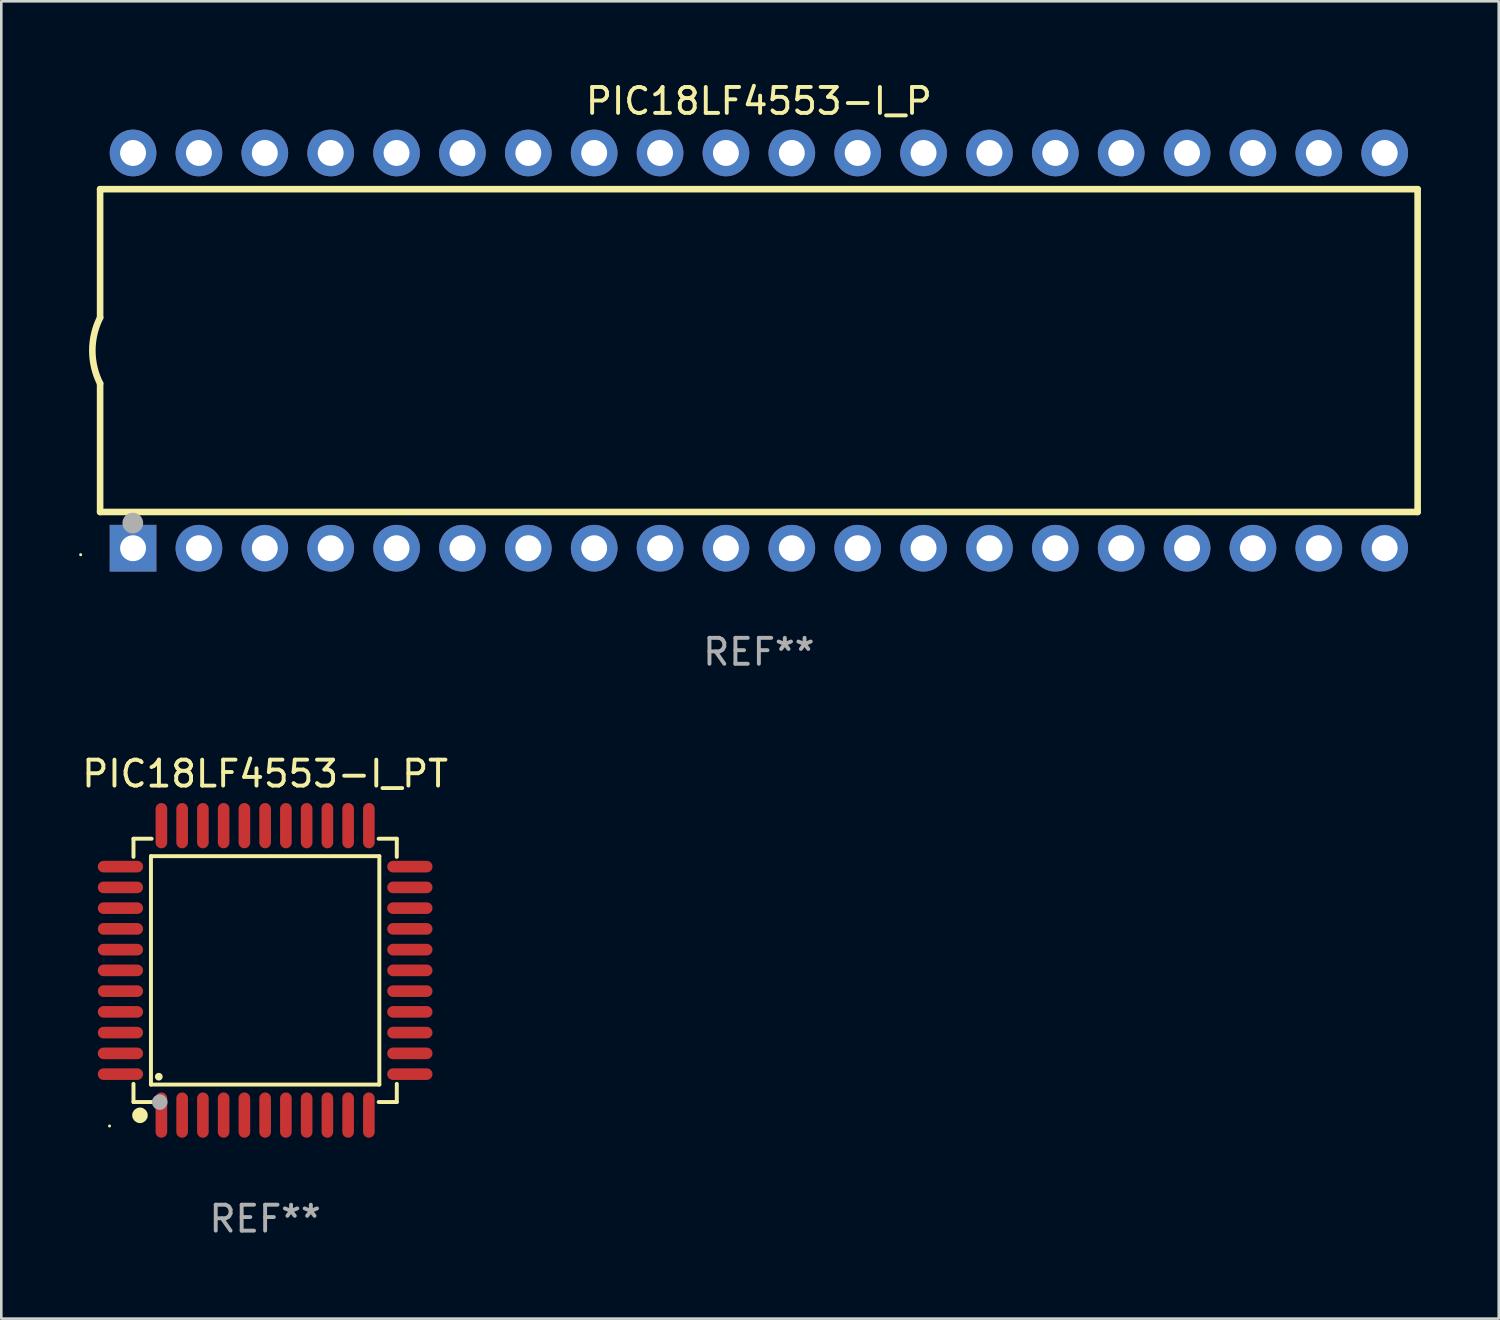
<source format=kicad_pcb>
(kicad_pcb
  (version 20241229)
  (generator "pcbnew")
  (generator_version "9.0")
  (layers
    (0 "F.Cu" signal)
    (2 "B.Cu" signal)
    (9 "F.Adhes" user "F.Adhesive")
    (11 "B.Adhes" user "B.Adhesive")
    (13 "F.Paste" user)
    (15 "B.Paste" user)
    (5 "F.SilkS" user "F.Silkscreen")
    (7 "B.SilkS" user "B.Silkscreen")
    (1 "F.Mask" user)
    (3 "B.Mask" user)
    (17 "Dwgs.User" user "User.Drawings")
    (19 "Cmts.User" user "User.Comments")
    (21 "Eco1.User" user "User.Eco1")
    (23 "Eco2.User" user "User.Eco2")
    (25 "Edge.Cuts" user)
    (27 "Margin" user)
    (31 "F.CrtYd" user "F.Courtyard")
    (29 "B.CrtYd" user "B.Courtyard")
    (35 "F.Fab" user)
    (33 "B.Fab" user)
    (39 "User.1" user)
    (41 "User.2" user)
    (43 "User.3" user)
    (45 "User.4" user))
  (footprint "PIC18LF4553-I_P"
    (layer "F.Cu")
    (at 26.21 10.468)
    (property "Reference" "PIC18LF4553-I_P" (at 0 -9.62 0) (layer "F.SilkS") (effects (font (size 1 1) (thickness 0.15))))
    (attr through_hole)
    (fp_line (start -25.4 -6.224) (end -25.4 -1.271) (stroke (width 0.254) (type solid)) (layer "F.SilkS"))
    (fp_line (start -25.4 -6.224) (end 25.4 -6.224) (stroke (width 0.254) (type solid)) (layer "F.SilkS"))
    (fp_line (start -25.4 1.269) (end -25.4 6.222) (stroke (width 0.254) (type solid)) (layer "F.SilkS"))
    (fp_line (start -25.4 6.222) (end 25.4 6.222) (stroke (width 0.254) (type solid)) (layer "F.SilkS"))
    (fp_line (start 25.4 6.222) (end 25.4 -6.224) (stroke (width 0.254) (type solid)) (layer "F.SilkS"))
    (fp_arc (start -25.4 1.269241) (mid -25.699807 -0.000762) (end -25.4 -1.270765) (stroke (width 0.254001) (type solid)) (layer "F.SilkS"))
    (fp_circle (center -26.15 7.87) (end -26.12 7.87) (stroke (width 0.06) (type solid)) (fill no) (layer "F.SilkS"))
    (fp_circle (center -24.14 6.65) (end -23.94 6.65) (stroke (width 0.4) (type solid)) (fill no) (layer "F.Fab"))
    (fp_text user "REF**" (at 0 11.62 0) (layer "F.Fab") (effects (font (size 1 1) (thickness 0.15))))
    (pad "1" thru_hole rect (at -24.13 7.62 90) (size 1.8 1.8) (drill 1) (layers "*.Cu" "*.Mask"))
    (pad "2" thru_hole circle (at -21.59 7.62) (size 1.8 1.8) (drill 1) (layers "*.Cu" "*.Mask"))
    (pad "3" thru_hole circle (at -19.05 7.62) (size 1.8 1.8) (drill 1) (layers "*.Cu" "*.Mask"))
    (pad "4" thru_hole circle (at -16.51 7.62) (size 1.8 1.8) (drill 1) (layers "*.Cu" "*.Mask"))
    (pad "5" thru_hole circle (at -13.97 7.62) (size 1.8 1.8) (drill 1) (layers "*.Cu" "*.Mask"))
    (pad "6" thru_hole circle (at -11.43 7.62) (size 1.8 1.8) (drill 1) (layers "*.Cu" "*.Mask"))
    (pad "7" thru_hole circle (at -8.89 7.62) (size 1.8 1.8) (drill 1) (layers "*.Cu" "*.Mask"))
    (pad "8" thru_hole circle (at -6.35 7.62) (size 1.8 1.8) (drill 1) (layers "*.Cu" "*.Mask"))
    (pad "9" thru_hole circle (at -3.81 7.62) (size 1.8 1.8) (drill 1) (layers "*.Cu" "*.Mask"))
    (pad "10" thru_hole circle (at -1.27 7.62) (size 1.8 1.8) (drill 1) (layers "*.Cu" "*.Mask"))
    (pad "11" thru_hole circle (at 1.27 7.62) (size 1.8 1.8) (drill 1) (layers "*.Cu" "*.Mask"))
    (pad "12" thru_hole circle (at 3.81 7.62) (size 1.8 1.8) (drill 1) (layers "*.Cu" "*.Mask"))
    (pad "13" thru_hole circle (at 6.35 7.62) (size 1.8 1.8) (drill 1) (layers "*.Cu" "*.Mask"))
    (pad "14" thru_hole circle (at 8.89 7.62) (size 1.8 1.8) (drill 1) (layers "*.Cu" "*.Mask"))
    (pad "15" thru_hole circle (at 11.43 7.62) (size 1.8 1.8) (drill 1) (layers "*.Cu" "*.Mask"))
    (pad "16" thru_hole circle (at 13.97 7.62) (size 1.8 1.8) (drill 1) (layers "*.Cu" "*.Mask"))
    (pad "17" thru_hole circle (at 16.51 7.62) (size 1.8 1.8) (drill 1) (layers "*.Cu" "*.Mask"))
    (pad "18" thru_hole circle (at 19.05 7.62) (size 1.8 1.8) (drill 1) (layers "*.Cu" "*.Mask"))
    (pad "19" thru_hole circle (at 21.59 7.62) (size 1.8 1.8) (drill 1) (layers "*.Cu" "*.Mask"))
    (pad "20" thru_hole circle (at 24.13 7.62) (size 1.8 1.8) (drill 1) (layers "*.Cu" "*.Mask"))
    (pad "21" thru_hole circle (at 24.13 -7.62) (size 1.8 1.8) (drill 1) (layers "*.Cu" "*.Mask"))
    (pad "22" thru_hole circle (at 21.59 -7.62) (size 1.8 1.8) (drill 1) (layers "*.Cu" "*.Mask"))
    (pad "23" thru_hole circle (at 19.05 -7.62) (size 1.8 1.8) (drill 1) (layers "*.Cu" "*.Mask"))
    (pad "24" thru_hole circle (at 16.51 -7.62) (size 1.8 1.8) (drill 1) (layers "*.Cu" "*.Mask"))
    (pad "25" thru_hole circle (at 13.97 -7.62) (size 1.8 1.8) (drill 1) (layers "*.Cu" "*.Mask"))
    (pad "26" thru_hole circle (at 11.43 -7.62) (size 1.8 1.8) (drill 1) (layers "*.Cu" "*.Mask"))
    (pad "27" thru_hole circle (at 8.89 -7.62) (size 1.8 1.8) (drill 1) (layers "*.Cu" "*.Mask"))
    (pad "28" thru_hole circle (at 6.35 -7.62) (size 1.8 1.8) (drill 1) (layers "*.Cu" "*.Mask"))
    (pad "29" thru_hole circle (at 3.81 -7.62) (size 1.8 1.8) (drill 1) (layers "*.Cu" "*.Mask"))
    (pad "30" thru_hole circle (at 1.27 -7.62) (size 1.8 1.8) (drill 1) (layers "*.Cu" "*.Mask"))
    (pad "31" thru_hole circle (at -1.27 -7.62) (size 1.8 1.8) (drill 1) (layers "*.Cu" "*.Mask"))
    (pad "32" thru_hole circle (at -3.81 -7.62) (size 1.8 1.8) (drill 1) (layers "*.Cu" "*.Mask"))
    (pad "33" thru_hole circle (at -6.35 -7.62) (size 1.8 1.8) (drill 1) (layers "*.Cu" "*.Mask"))
    (pad "34" thru_hole circle (at -8.89 -7.62) (size 1.8 1.8) (drill 1) (layers "*.Cu" "*.Mask"))
    (pad "35" thru_hole circle (at -11.43 -7.62) (size 1.8 1.8) (drill 1) (layers "*.Cu" "*.Mask"))
    (pad "36" thru_hole circle (at -13.97 -7.62) (size 1.8 1.8) (drill 1) (layers "*.Cu" "*.Mask"))
    (pad "37" thru_hole circle (at -16.51 -7.62) (size 1.8 1.8) (drill 1) (layers "*.Cu" "*.Mask"))
    (pad "38" thru_hole circle (at -19.05 -7.62) (size 1.8 1.8) (drill 1) (layers "*.Cu" "*.Mask"))
    (pad "39" thru_hole circle (at -21.59 -7.62) (size 1.8 1.8) (drill 1) (layers "*.Cu" "*.Mask"))
    (pad "40" thru_hole circle (at -24.13 -7.62) (size 1.8 1.8) (drill 1) (layers "*.Cu" "*.Mask")))
  (footprint "PIC18LF4553-I_PT"
    (layer "F.Cu")
    (at 7.173 34.365)
    (property "Reference" "PIC18LF4553-I_PT" (at 0 -7.58 0) (layer "F.SilkS") (effects (font (size 1 1) (thickness 0.15))))
    (attr through_hole)
    (fp_line (start -5.076 -5.076) (end -5.076 -4.376) (stroke (width 0.152) (type solid)) (layer "F.SilkS"))
    (fp_line (start -5.076 5.076) (end -5.076 4.376) (stroke (width 0.152) (type solid)) (layer "F.SilkS"))
    (fp_line (start -4.403 -4.403) (end 4.403 -4.403) (stroke (width 0.152) (type solid)) (layer "F.SilkS"))
    (fp_line (start -4.403 4.403) (end -4.403 -4.403) (stroke (width 0.152) (type solid)) (layer "F.SilkS"))
    (fp_line (start -4.376 -5.076) (end -5.076 -5.076) (stroke (width 0.152) (type solid)) (layer "F.SilkS"))
    (fp_line (start -4.376 5.076) (end -5.076 5.076) (stroke (width 0.152) (type solid)) (layer "F.SilkS"))
    (fp_line (start 4.376 -5.076) (end 5.076 -5.076) (stroke (width 0.152) (type solid)) (layer "F.SilkS"))
    (fp_line (start 4.376 5.076) (end 5.076 5.076) (stroke (width 0.152) (type solid)) (layer "F.SilkS"))
    (fp_line (start 4.403 -4.403) (end 4.403 4.403) (stroke (width 0.152) (type solid)) (layer "F.SilkS"))
    (fp_line (start 4.403 4.403) (end -4.403 4.403) (stroke (width 0.152) (type solid)) (layer "F.SilkS"))
    (fp_line (start 5.076 -5.076) (end 5.076 -4.376) (stroke (width 0.152) (type solid)) (layer "F.SilkS"))
    (fp_line (start 5.076 5.076) (end 5.076 4.376) (stroke (width 0.152) (type solid)) (layer "F.SilkS"))
    (fp_circle (center -6 6) (end -5.97 6) (stroke (width 0.06) (type solid)) (fill no) (layer "F.SilkS"))
    (fp_circle (center -4.826 5.588) (end -4.676 5.588) (stroke (width 0.3) (type solid)) (fill no) (layer "F.SilkS"))
    (fp_circle (center -4.1 4.1) (end -4.025 4.1) (stroke (width 0.15) (type solid)) (fill no) (layer "F.SilkS"))
    (fp_circle (center -4.064 5.08) (end -3.914 5.08) (stroke (width 0.3) (type solid)) (fill no) (layer "F.Fab"))
    (fp_text user "REF**" (at 0 9.58 0) (layer "F.Fab") (effects (font (size 1 1) (thickness 0.15))))
    (pad "1" smd oval (at -4 5.58) (size 0.448 1.745) (layers "F.Cu" "F.Mask" "F.Paste"))
    (pad "2" smd oval (at -3.2 5.58) (size 0.448 1.745) (layers "F.Cu" "F.Mask" "F.Paste"))
    (pad "3" smd oval (at -2.4 5.58) (size 0.448 1.745) (layers "F.Cu" "F.Mask" "F.Paste"))
    (pad "4" smd oval (at -1.6 5.58) (size 0.448 1.745) (layers "F.Cu" "F.Mask" "F.Paste"))
    (pad "5" smd oval (at -0.8 5.58) (size 0.448 1.745) (layers "F.Cu" "F.Mask" "F.Paste"))
    (pad "6" smd oval (at 0 5.58) (size 0.448 1.745) (layers "F.Cu" "F.Mask" "F.Paste"))
    (pad "7" smd oval (at 0.8 5.58) (size 0.448 1.745) (layers "F.Cu" "F.Mask" "F.Paste"))
    (pad "8" smd oval (at 1.6 5.58) (size 0.448 1.745) (layers "F.Cu" "F.Mask" "F.Paste"))
    (pad "9" smd oval (at 2.4 5.58) (size 0.448 1.745) (layers "F.Cu" "F.Mask" "F.Paste"))
    (pad "10" smd oval (at 3.2 5.58) (size 0.448 1.745) (layers "F.Cu" "F.Mask" "F.Paste"))
    (pad "11" smd oval (at 4 5.58) (size 0.448 1.745) (layers "F.Cu" "F.Mask" "F.Paste"))
    (pad "12" smd oval (at 5.58 4) (size 1.745 0.448) (layers "F.Cu" "F.Mask" "F.Paste"))
    (pad "13" smd oval (at 5.58 3.2) (size 1.745 0.448) (layers "F.Cu" "F.Mask" "F.Paste"))
    (pad "14" smd oval (at 5.58 2.4) (size 1.745 0.448) (layers "F.Cu" "F.Mask" "F.Paste"))
    (pad "15" smd oval (at 5.58 1.6) (size 1.745 0.448) (layers "F.Cu" "F.Mask" "F.Paste"))
    (pad "16" smd oval (at 5.58 0.8) (size 1.745 0.448) (layers "F.Cu" "F.Mask" "F.Paste"))
    (pad "17" smd oval (at 5.58 0) (size 1.745 0.448) (layers "F.Cu" "F.Mask" "F.Paste"))
    (pad "18" smd oval (at 5.58 -0.8) (size 1.745 0.448) (layers "F.Cu" "F.Mask" "F.Paste"))
    (pad "19" smd oval (at 5.58 -1.6) (size 1.745 0.448) (layers "F.Cu" "F.Mask" "F.Paste"))
    (pad "20" smd oval (at 5.58 -2.4) (size 1.745 0.448) (layers "F.Cu" "F.Mask" "F.Paste"))
    (pad "21" smd oval (at 5.58 -3.2) (size 1.745 0.448) (layers "F.Cu" "F.Mask" "F.Paste"))
    (pad "22" smd oval (at 5.58 -4) (size 1.745 0.448) (layers "F.Cu" "F.Mask" "F.Paste"))
    (pad "23" smd oval (at 4 -5.58) (size 0.448 1.745) (layers "F.Cu" "F.Mask" "F.Paste"))
    (pad "24" smd oval (at 3.2 -5.58) (size 0.448 1.745) (layers "F.Cu" "F.Mask" "F.Paste"))
    (pad "25" smd oval (at 2.4 -5.58) (size 0.448 1.745) (layers "F.Cu" "F.Mask" "F.Paste"))
    (pad "26" smd oval (at 1.6 -5.58) (size 0.448 1.745) (layers "F.Cu" "F.Mask" "F.Paste"))
    (pad "27" smd oval (at 0.8 -5.58) (size 0.448 1.745) (layers "F.Cu" "F.Mask" "F.Paste"))
    (pad "28" smd oval (at 0 -5.58) (size 0.448 1.745) (layers "F.Cu" "F.Mask" "F.Paste"))
    (pad "29" smd oval (at -0.8 -5.58) (size 0.448 1.745) (layers "F.Cu" "F.Mask" "F.Paste"))
    (pad "30" smd oval (at -1.6 -5.58) (size 0.448 1.745) (layers "F.Cu" "F.Mask" "F.Paste"))
    (pad "31" smd oval (at -2.4 -5.58) (size 0.448 1.745) (layers "F.Cu" "F.Mask" "F.Paste"))
    (pad "32" smd oval (at -3.2 -5.58) (size 0.448 1.745) (layers "F.Cu" "F.Mask" "F.Paste"))
    (pad "33" smd oval (at -4 -5.58) (size 0.448 1.745) (layers "F.Cu" "F.Mask" "F.Paste"))
    (pad "34" smd oval (at -5.58 -4) (size 1.745 0.448) (layers "F.Cu" "F.Mask" "F.Paste"))
    (pad "35" smd oval (at -5.58 -3.2) (size 1.745 0.448) (layers "F.Cu" "F.Mask" "F.Paste"))
    (pad "36" smd oval (at -5.58 -2.4) (size 1.745 0.448) (layers "F.Cu" "F.Mask" "F.Paste"))
    (pad "37" smd oval (at -5.58 -1.6) (size 1.745 0.448) (layers "F.Cu" "F.Mask" "F.Paste"))
    (pad "38" smd oval (at -5.58 -0.8) (size 1.745 0.448) (layers "F.Cu" "F.Mask" "F.Paste"))
    (pad "39" smd oval (at -5.58 0) (size 1.745 0.448) (layers "F.Cu" "F.Mask" "F.Paste"))
    (pad "40" smd oval (at -5.58 0.8) (size 1.745 0.448) (layers "F.Cu" "F.Mask" "F.Paste"))
    (pad "41" smd oval (at -5.58 1.6) (size 1.745 0.448) (layers "F.Cu" "F.Mask" "F.Paste"))
    (pad "42" smd oval (at -5.58 2.4) (size 1.745 0.448) (layers "F.Cu" "F.Mask" "F.Paste"))
    (pad "43" smd oval (at -5.58 3.2) (size 1.745 0.448) (layers "F.Cu" "F.Mask" "F.Paste"))
    (pad "44" smd oval (at -5.58 4) (size 1.745 0.448) (layers "F.Cu" "F.Mask" "F.Paste")))
  (gr_rect
    (start -3 -3)
    (end 54.737 47.793)
    (stroke (width 0.1) (type default))
    (fill no)
    (layer "Edge.Cuts")))
</source>
